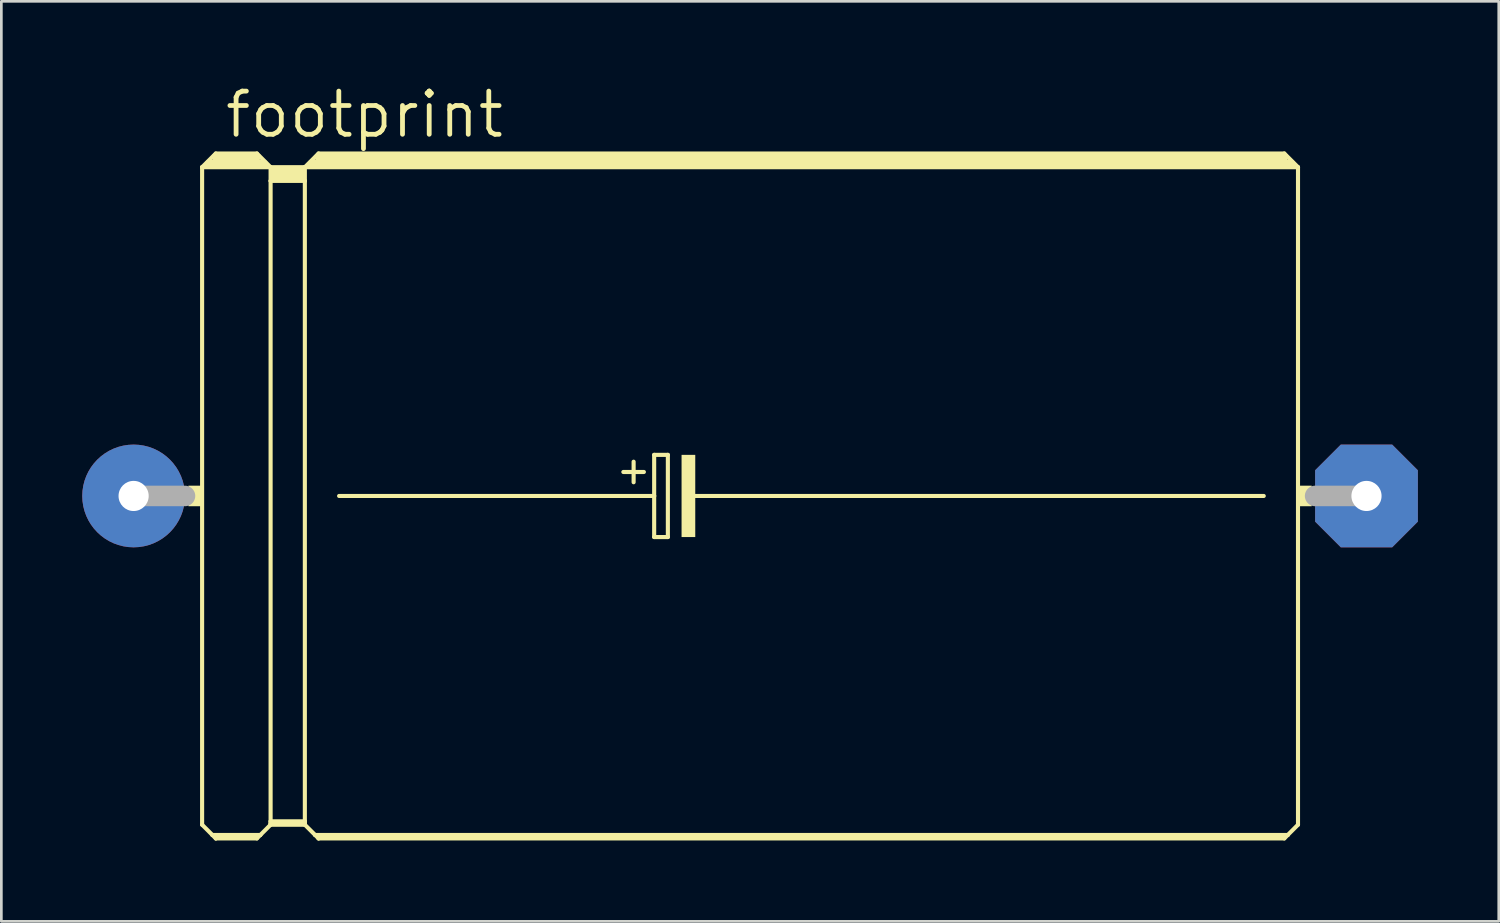
<source format=kicad_pcb>
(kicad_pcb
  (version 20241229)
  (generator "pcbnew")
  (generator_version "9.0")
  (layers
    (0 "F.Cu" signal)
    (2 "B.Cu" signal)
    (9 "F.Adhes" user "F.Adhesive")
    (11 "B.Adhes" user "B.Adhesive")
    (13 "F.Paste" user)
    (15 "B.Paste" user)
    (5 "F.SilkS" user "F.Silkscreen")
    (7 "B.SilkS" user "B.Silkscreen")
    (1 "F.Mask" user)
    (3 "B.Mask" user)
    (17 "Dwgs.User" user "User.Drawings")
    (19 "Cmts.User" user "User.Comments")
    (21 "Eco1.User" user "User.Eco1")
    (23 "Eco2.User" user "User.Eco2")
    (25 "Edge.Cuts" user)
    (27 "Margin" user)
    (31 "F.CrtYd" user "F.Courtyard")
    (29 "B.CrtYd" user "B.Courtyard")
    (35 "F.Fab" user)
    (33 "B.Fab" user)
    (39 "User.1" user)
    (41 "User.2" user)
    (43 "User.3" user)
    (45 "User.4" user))
  (footprint "footprint"
    (layer "F.Cu")
    (at 24.765 15.342)
    (property "Reference" "footprint" (at -19.558 -13.208 0) (layer "F.SilkS") (effects (font (size 1.6 1.6) (thickness 0.178)) (justify left bottom)))
    (fp_line (start -20.32 -12.192) (end -20.32 12.192) (stroke (width 0.152) (type solid)) (layer "F.SilkS"))
    (fp_line (start -20.32 -12.192) (end -19.812 -12.7) (stroke (width 0.152) (type solid)) (layer "F.SilkS"))
    (fp_line (start -20.32 -12.192) (end -17.78 -12.192) (stroke (width 0.152) (type solid)) (layer "F.SilkS"))
    (fp_line (start -20.32 12.192) (end -19.939 12.573) (stroke (width 0.152) (type solid)) (layer "F.SilkS"))
    (fp_line (start -20.066 -12.319) (end -18.034 -12.319) (stroke (width 0.305) (type solid)) (layer "F.SilkS"))
    (fp_line (start -19.939 12.573) (end -19.812 12.7) (stroke (width 0.152) (type solid)) (layer "F.SilkS"))
    (fp_line (start -19.939 12.573) (end -18.161 12.573) (stroke (width 0.152) (type solid)) (layer "F.SilkS"))
    (fp_line (start -19.812 -12.7) (end -18.288 -12.7) (stroke (width 0.152) (type solid)) (layer "F.SilkS"))
    (fp_line (start -19.812 -12.573) (end -18.288 -12.573) (stroke (width 0.305) (type solid)) (layer "F.SilkS"))
    (fp_line (start -19.812 12.649) (end -18.288 12.649) (stroke (width 0.152) (type solid)) (layer "F.SilkS"))
    (fp_line (start -19.812 12.7) (end -19.812 12.649) (stroke (width 0.152) (type solid)) (layer "F.SilkS"))
    (fp_line (start -19.812 12.7) (end -18.288 12.7) (stroke (width 0.152) (type solid)) (layer "F.SilkS"))
    (fp_line (start -18.288 -12.7) (end -17.78 -12.192) (stroke (width 0.152) (type solid)) (layer "F.SilkS"))
    (fp_line (start -18.288 12.7) (end -18.161 12.573) (stroke (width 0.152) (type solid)) (layer "F.SilkS"))
    (fp_line (start -18.161 12.573) (end -17.78 12.192) (stroke (width 0.152) (type solid)) (layer "F.SilkS"))
    (fp_line (start -17.78 -12.192) (end -16.51 -12.192) (stroke (width 0.152) (type solid)) (layer "F.SilkS"))
    (fp_line (start -17.78 -11.684) (end -17.78 -12.192) (stroke (width 0.152) (type solid)) (layer "F.SilkS"))
    (fp_line (start -17.78 -11.684) (end -16.51 -11.684) (stroke (width 0.152) (type solid)) (layer "F.SilkS"))
    (fp_line (start -17.78 12.065) (end -17.78 -11.684) (stroke (width 0.152) (type solid)) (layer "F.SilkS"))
    (fp_line (start -17.78 12.065) (end -16.51 12.065) (stroke (width 0.152) (type solid)) (layer "F.SilkS"))
    (fp_line (start -17.78 12.141) (end -17.78 12.065) (stroke (width 0.152) (type solid)) (layer "F.SilkS"))
    (fp_line (start -17.78 12.141) (end -16.51 12.141) (stroke (width 0.152) (type solid)) (layer "F.SilkS"))
    (fp_line (start -17.78 12.192) (end -17.78 12.141) (stroke (width 0.152) (type solid)) (layer "F.SilkS"))
    (fp_line (start -17.78 12.192) (end -16.51 12.192) (stroke (width 0.152) (type solid)) (layer "F.SilkS"))
    (fp_line (start -17.653 -12.065) (end -16.637 -12.065) (stroke (width 0.305) (type solid)) (layer "F.SilkS"))
    (fp_line (start -17.653 -11.811) (end -16.637 -11.811) (stroke (width 0.305) (type solid)) (layer "F.SilkS"))
    (fp_line (start -16.51 -12.192) (end -16.002 -12.7) (stroke (width 0.152) (type solid)) (layer "F.SilkS"))
    (fp_line (start -16.51 -12.192) (end 20.32 -12.192) (stroke (width 0.152) (type solid)) (layer "F.SilkS"))
    (fp_line (start -16.51 -11.684) (end -16.51 -12.192) (stroke (width 0.152) (type solid)) (layer "F.SilkS"))
    (fp_line (start -16.51 12.065) (end -16.51 -11.684) (stroke (width 0.152) (type solid)) (layer "F.SilkS"))
    (fp_line (start -16.51 12.141) (end -16.51 12.065) (stroke (width 0.152) (type solid)) (layer "F.SilkS"))
    (fp_line (start -16.51 12.192) (end -16.51 12.141) (stroke (width 0.152) (type solid)) (layer "F.SilkS"))
    (fp_line (start -16.51 12.192) (end -16.129 12.573) (stroke (width 0.152) (type solid)) (layer "F.SilkS"))
    (fp_line (start -16.256 -12.319) (end 20.066 -12.319) (stroke (width 0.305) (type solid)) (layer "F.SilkS"))
    (fp_line (start -16.129 12.573) (end -16.002 12.7) (stroke (width 0.152) (type solid)) (layer "F.SilkS"))
    (fp_line (start -16.129 12.573) (end 19.939 12.573) (stroke (width 0.152) (type solid)) (layer "F.SilkS"))
    (fp_line (start -16.002 -12.7) (end 19.812 -12.7) (stroke (width 0.152) (type solid)) (layer "F.SilkS"))
    (fp_line (start -16.002 -12.573) (end 19.812 -12.573) (stroke (width 0.305) (type solid)) (layer "F.SilkS"))
    (fp_line (start -16.002 12.649) (end 19.812 12.649) (stroke (width 0.152) (type solid)) (layer "F.SilkS"))
    (fp_line (start -16.002 12.7) (end -16.002 12.649) (stroke (width 0.152) (type solid)) (layer "F.SilkS"))
    (fp_line (start -16.002 12.7) (end 19.812 12.7) (stroke (width 0.152) (type solid)) (layer "F.SilkS"))
    (fp_line (start -15.24 0) (end -3.556 0) (stroke (width 0.152) (type solid)) (layer "F.SilkS"))
    (fp_line (start -4.699 -0.889) (end -3.937 -0.889) (stroke (width 0.152) (type solid)) (layer "F.SilkS"))
    (fp_line (start -4.318 -1.27) (end -4.318 -0.508) (stroke (width 0.152) (type solid)) (layer "F.SilkS"))
    (fp_line (start -3.556 -1.524) (end -3.556 0) (stroke (width 0.152) (type solid)) (layer "F.SilkS"))
    (fp_line (start -3.556 0) (end -3.556 1.524) (stroke (width 0.152) (type solid)) (layer "F.SilkS"))
    (fp_line (start -3.556 1.524) (end -3.048 1.524) (stroke (width 0.152) (type solid)) (layer "F.SilkS"))
    (fp_line (start -3.048 -1.524) (end -3.556 -1.524) (stroke (width 0.152) (type solid)) (layer "F.SilkS"))
    (fp_line (start -3.048 1.524) (end -3.048 -1.524) (stroke (width 0.152) (type solid)) (layer "F.SilkS"))
    (fp_line (start -2.159 0) (end 19.05 0) (stroke (width 0.152) (type solid)) (layer "F.SilkS"))
    (fp_line (start 19.812 -12.7) (end 20.32 -12.192) (stroke (width 0.152) (type solid)) (layer "F.SilkS"))
    (fp_line (start 19.812 12.7) (end 19.939 12.573) (stroke (width 0.152) (type solid)) (layer "F.SilkS"))
    (fp_line (start 19.939 12.573) (end 20.32 12.192) (stroke (width 0.152) (type solid)) (layer "F.SilkS"))
    (fp_line (start 20.32 -12.192) (end 20.32 12.192) (stroke (width 0.152) (type solid)) (layer "F.SilkS"))
    (fp_poly (pts (xy -20.828 0.381) (xy -20.32 0.381) (xy -20.32 -0.381) (xy -20.828 -0.381)) (stroke (width 0) (type solid)) (fill yes) (layer "F.SilkS"))
    (fp_poly (pts (xy -2.54 1.524) (xy -2.032 1.524) (xy -2.032 -1.524) (xy -2.54 -1.524)) (stroke (width 0) (type solid)) (fill yes) (layer "F.SilkS"))
    (fp_poly (pts (xy 20.32 0.381) (xy 20.828 0.381) (xy 20.828 -0.381) (xy 20.32 -0.381)) (stroke (width 0) (type solid)) (fill yes) (layer "F.SilkS"))
    (fp_line (start -22.86 0) (end -20.955 0) (stroke (width 0.762) (type solid)) (layer "F.Fab"))
    (fp_line (start 22.86 0) (end 20.955 0) (stroke (width 0.762) (type solid)) (layer "F.Fab"))
    (pad "+" thru_hole circle (at -22.86 0) (size 3.81 3.81) (drill 1.118) (layers "*.Cu" "*.Mask"))
    (pad "-" thru_hole roundrect (at 22.86 0) (size 3.81 3.81) (drill 1.118) (layers "*.Cu" "*.Mask") (roundrect_rratio 0.25) (chamfer_ratio 0.25) (chamfer top_left top_right bottom_left bottom_right)))
  (gr_rect
    (start -3 -3)
    (end 52.53 31.118)
    (stroke (width 0.1) (type default))
    (fill no)
    (layer "Edge.Cuts")))
</source>
